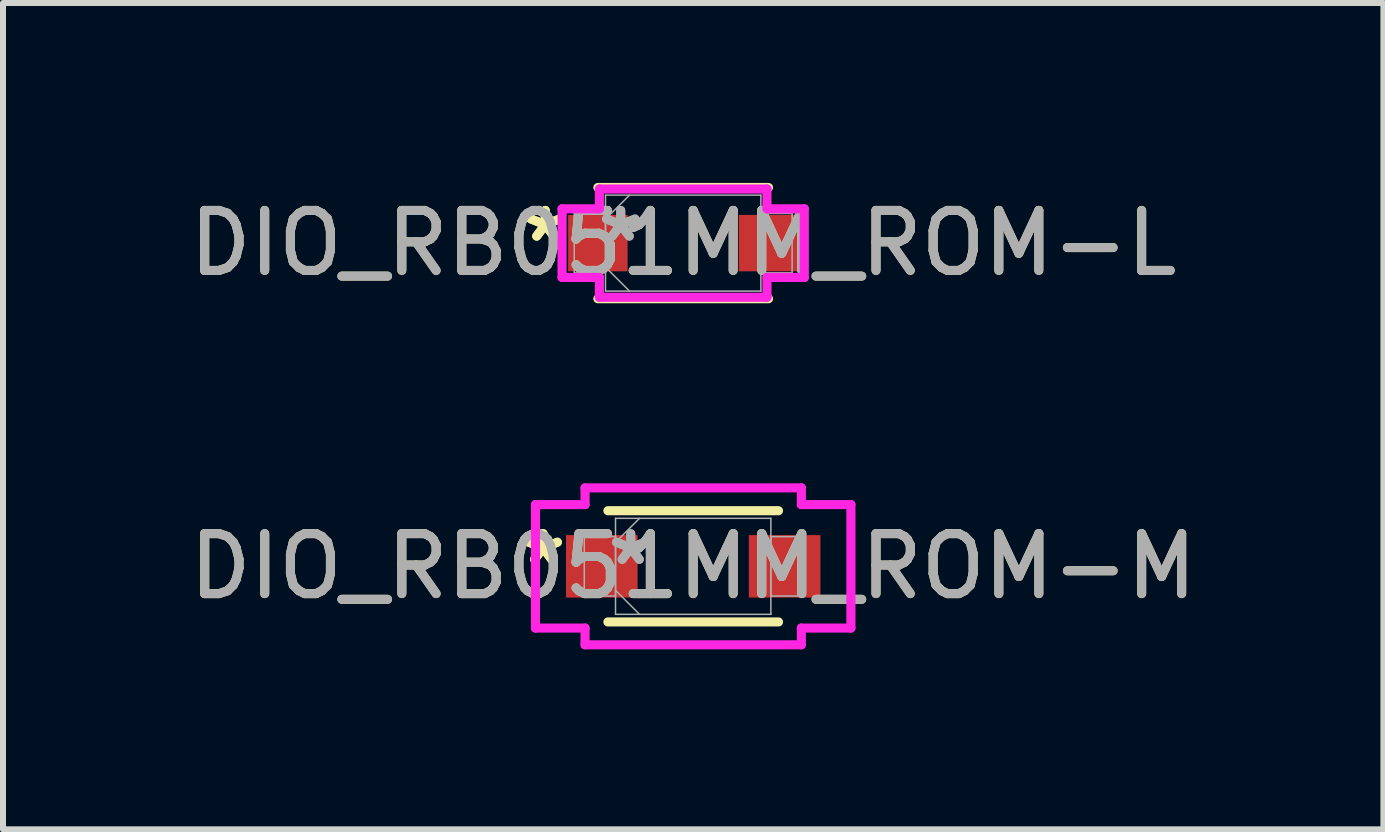
<source format=kicad_pcb>
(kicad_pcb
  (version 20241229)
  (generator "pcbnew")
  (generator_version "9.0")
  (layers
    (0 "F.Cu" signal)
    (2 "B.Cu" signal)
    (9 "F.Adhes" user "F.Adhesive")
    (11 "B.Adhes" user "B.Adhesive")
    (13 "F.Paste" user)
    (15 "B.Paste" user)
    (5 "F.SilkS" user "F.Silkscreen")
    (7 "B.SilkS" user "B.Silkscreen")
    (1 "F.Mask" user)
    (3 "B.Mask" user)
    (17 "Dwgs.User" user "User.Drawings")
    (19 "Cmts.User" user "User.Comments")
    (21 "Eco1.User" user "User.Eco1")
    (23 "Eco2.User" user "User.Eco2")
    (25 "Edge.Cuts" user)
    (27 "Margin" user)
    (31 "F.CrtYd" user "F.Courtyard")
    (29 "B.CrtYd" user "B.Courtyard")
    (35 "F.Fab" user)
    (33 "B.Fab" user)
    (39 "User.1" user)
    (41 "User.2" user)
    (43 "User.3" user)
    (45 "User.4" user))
  (footprint "DIO_RB051MM_ROM-M"
    (layer "F.Cu")
    (at 8.506 6.391)
    (property "Reference" "DIO_RB051MM_ROM-M" (at 0 0 0) (unlocked yes) (layer "F.SilkS") (effects (font (size 1 1) (thickness 0.15))))
    (attr smd)
    (fp_line (start -1.422 0.927) (end 1.422 0.927) (stroke (width 0.152) (type solid)) (layer "F.SilkS"))
    (fp_line (start 1.422 -0.927) (end -1.422 -0.927) (stroke (width 0.152) (type solid)) (layer "F.SilkS"))
    (fp_line (start -2.629 -1.029) (end -1.803 -1.029) (stroke (width 0.152) (type solid)) (layer "F.CrtYd"))
    (fp_line (start -2.629 1.029) (end -2.629 -1.029) (stroke (width 0.152) (type solid)) (layer "F.CrtYd"))
    (fp_line (start -1.803 -1.308) (end 1.803 -1.308) (stroke (width 0.152) (type solid)) (layer "F.CrtYd"))
    (fp_line (start -1.803 -1.029) (end -1.803 -1.308) (stroke (width 0.152) (type solid)) (layer "F.CrtYd"))
    (fp_line (start -1.803 1.029) (end -2.629 1.029) (stroke (width 0.152) (type solid)) (layer "F.CrtYd"))
    (fp_line (start -1.803 1.308) (end -1.803 1.029) (stroke (width 0.152) (type solid)) (layer "F.CrtYd"))
    (fp_line (start 1.803 -1.308) (end 1.803 -1.029) (stroke (width 0.152) (type solid)) (layer "F.CrtYd"))
    (fp_line (start 1.803 -1.029) (end 2.629 -1.029) (stroke (width 0.152) (type solid)) (layer "F.CrtYd"))
    (fp_line (start 1.803 1.029) (end 1.803 1.308) (stroke (width 0.152) (type solid)) (layer "F.CrtYd"))
    (fp_line (start 1.803 1.308) (end -1.803 1.308) (stroke (width 0.152) (type solid)) (layer "F.CrtYd"))
    (fp_line (start 2.629 -1.029) (end 2.629 1.029) (stroke (width 0.152) (type solid)) (layer "F.CrtYd"))
    (fp_line (start 2.629 1.029) (end 1.803 1.029) (stroke (width 0.152) (type solid)) (layer "F.CrtYd"))
    (fp_line (start -1.816 -0.495) (end -1.816 0.495) (stroke (width 0.025) (type solid)) (layer "F.Fab"))
    (fp_line (start -1.816 0.495) (end -1.295 0.495) (stroke (width 0.025) (type solid)) (layer "F.Fab"))
    (fp_line (start -1.295 -0.8) (end -1.295 0.8) (stroke (width 0.025) (type solid)) (layer "F.Fab"))
    (fp_line (start -1.295 -0.495) (end -1.816 -0.495) (stroke (width 0.025) (type solid)) (layer "F.Fab"))
    (fp_line (start -1.295 -0.4) (end -0.895 -0.8) (stroke (width 0.025) (type solid)) (layer "F.Fab"))
    (fp_line (start -1.295 0.4) (end -0.895 0.8) (stroke (width 0.025) (type solid)) (layer "F.Fab"))
    (fp_line (start -1.295 0.495) (end -1.295 -0.495) (stroke (width 0.025) (type solid)) (layer "F.Fab"))
    (fp_line (start -1.295 0.8) (end 1.295 0.8) (stroke (width 0.025) (type solid)) (layer "F.Fab"))
    (fp_line (start 1.295 -0.8) (end -1.295 -0.8) (stroke (width 0.025) (type solid)) (layer "F.Fab"))
    (fp_line (start 1.295 -0.495) (end 1.295 0.495) (stroke (width 0.025) (type solid)) (layer "F.Fab"))
    (fp_line (start 1.295 0.495) (end 1.816 0.495) (stroke (width 0.025) (type solid)) (layer "F.Fab"))
    (fp_line (start 1.295 0.8) (end 1.295 -0.8) (stroke (width 0.025) (type solid)) (layer "F.Fab"))
    (fp_line (start 1.816 -0.495) (end 1.295 -0.495) (stroke (width 0.025) (type solid)) (layer "F.Fab"))
    (fp_line (start 1.816 0.495) (end 1.816 -0.495) (stroke (width 0.025) (type solid)) (layer "F.Fab"))
    (fp_text user "*" (at -2.502 0 0) (unlocked yes) (layer "F.SilkS") (effects (font (size 1 1) (thickness 0.15))))
    (fp_text user "*" (at -2.502 0 0) (layer "F.SilkS") (effects (font (size 1 1) (thickness 0.15))))
    (fp_text user "${REFERENCE}" (at 0 0 0) (unlocked yes) (layer "F.Fab") (effects (font (size 1 1) (thickness 0.15))))
    (fp_text user "*" (at -1.041 0 0) (layer "F.Fab") (effects (font (size 1 1) (thickness 0.15))))
    (fp_text user "*" (at -1.041 0 0) (unlocked yes) (layer "F.Fab") (effects (font (size 1 1) (thickness 0.15))))
    (pad "1" smd rect (at -1.524 0) (size 1.194 1.041) (layers "F.Cu" "F.Mask" "F.Paste"))
    (pad "2" smd rect (at 1.524 0) (size 1.194 1.041) (layers "F.Cu" "F.Mask" "F.Paste"))
    (zone (net_name "") (layer "F.Cu") (hatch full 0.508) (connect_pads) (min_thickness 0.254) (filled_areas_thickness no) (keepout (tracks not_allowed) (vias not_allowed) (pads allowed) (copperpour not_allowed) (footprints allowed)) (placement (enabled no)) (fill) (polygon (pts (xy 7.63 5.642) (xy 9.382 5.642) (xy 9.382 7.14) (xy 7.63 7.14)))))
  (footprint "DIO_RB051MM_ROM-L"
    (layer "F.Cu")
    (at 8.339 1.003)
    (property "Reference" "DIO_RB051MM_ROM-L" (at 0 0 0) (unlocked yes) (layer "F.SilkS") (effects (font (size 1 1) (thickness 0.15))))
    (attr smd)
    (fp_line (start -1.422 0.927) (end 1.422 0.927) (stroke (width 0.152) (type solid)) (layer "F.SilkS"))
    (fp_line (start 1.422 -0.927) (end -1.422 -0.927) (stroke (width 0.152) (type solid)) (layer "F.SilkS"))
    (fp_line (start -2.019 -0.572) (end -1.397 -0.572) (stroke (width 0.152) (type solid)) (layer "F.CrtYd"))
    (fp_line (start -2.019 0.572) (end -2.019 -0.572) (stroke (width 0.152) (type solid)) (layer "F.CrtYd"))
    (fp_line (start -1.397 -0.902) (end 1.397 -0.902) (stroke (width 0.152) (type solid)) (layer "F.CrtYd"))
    (fp_line (start -1.397 -0.572) (end -1.397 -0.902) (stroke (width 0.152) (type solid)) (layer "F.CrtYd"))
    (fp_line (start -1.397 0.572) (end -2.019 0.572) (stroke (width 0.152) (type solid)) (layer "F.CrtYd"))
    (fp_line (start -1.397 0.902) (end -1.397 0.572) (stroke (width 0.152) (type solid)) (layer "F.CrtYd"))
    (fp_line (start 1.397 -0.902) (end 1.397 -0.572) (stroke (width 0.152) (type solid)) (layer "F.CrtYd"))
    (fp_line (start 1.397 -0.572) (end 2.019 -0.572) (stroke (width 0.152) (type solid)) (layer "F.CrtYd"))
    (fp_line (start 1.397 0.572) (end 1.397 0.902) (stroke (width 0.152) (type solid)) (layer "F.CrtYd"))
    (fp_line (start 1.397 0.902) (end -1.397 0.902) (stroke (width 0.152) (type solid)) (layer "F.CrtYd"))
    (fp_line (start 2.019 -0.572) (end 2.019 0.572) (stroke (width 0.152) (type solid)) (layer "F.CrtYd"))
    (fp_line (start 2.019 0.572) (end 1.397 0.572) (stroke (width 0.152) (type solid)) (layer "F.CrtYd"))
    (fp_line (start -1.816 -0.495) (end -1.816 0.495) (stroke (width 0.025) (type solid)) (layer "F.Fab"))
    (fp_line (start -1.816 0.495) (end -1.295 0.495) (stroke (width 0.025) (type solid)) (layer "F.Fab"))
    (fp_line (start -1.295 -0.8) (end -1.295 0.8) (stroke (width 0.025) (type solid)) (layer "F.Fab"))
    (fp_line (start -1.295 -0.495) (end -1.816 -0.495) (stroke (width 0.025) (type solid)) (layer "F.Fab"))
    (fp_line (start -1.295 -0.4) (end -0.895 -0.8) (stroke (width 0.025) (type solid)) (layer "F.Fab"))
    (fp_line (start -1.295 0.4) (end -0.895 0.8) (stroke (width 0.025) (type solid)) (layer "F.Fab"))
    (fp_line (start -1.295 0.495) (end -1.295 -0.495) (stroke (width 0.025) (type solid)) (layer "F.Fab"))
    (fp_line (start -1.295 0.8) (end 1.295 0.8) (stroke (width 0.025) (type solid)) (layer "F.Fab"))
    (fp_line (start 1.295 -0.8) (end -1.295 -0.8) (stroke (width 0.025) (type solid)) (layer "F.Fab"))
    (fp_line (start 1.295 -0.495) (end 1.295 0.495) (stroke (width 0.025) (type solid)) (layer "F.Fab"))
    (fp_line (start 1.295 0.495) (end 1.816 0.495) (stroke (width 0.025) (type solid)) (layer "F.Fab"))
    (fp_line (start 1.295 0.8) (end 1.295 -0.8) (stroke (width 0.025) (type solid)) (layer "F.Fab"))
    (fp_line (start 1.816 -0.495) (end 1.295 -0.495) (stroke (width 0.025) (type solid)) (layer "F.Fab"))
    (fp_line (start 1.816 0.495) (end 1.816 -0.495) (stroke (width 0.025) (type solid)) (layer "F.Fab"))
    (fp_text user "*" (at -2.299 0 0) (layer "F.SilkS") (effects (font (size 1 1) (thickness 0.15))))
    (fp_text user "*" (at -2.299 0 0) (unlocked yes) (layer "F.SilkS") (effects (font (size 1 1) (thickness 0.15))))
    (fp_text user "*" (at -1.041 0 0) (unlocked yes) (layer "F.Fab") (effects (font (size 1 1) (thickness 0.15))))
    (fp_text user "*" (at -1.041 0 0) (layer "F.Fab") (effects (font (size 1 1) (thickness 0.15))))
    (fp_text user "${REFERENCE}" (at 0 0 0) (unlocked yes) (layer "F.Fab") (effects (font (size 1 1) (thickness 0.15))))
    (pad "1" smd rect (at -1.422 0) (size 0.991 0.94) (layers "F.Cu" "F.Mask" "F.Paste"))
    (pad "2" smd rect (at 1.422 0) (size 0.991 0.94) (layers "F.Cu" "F.Mask" "F.Paste"))
    (zone (net_name "") (layer "F.Cu") (hatch full 0.508) (connect_pads) (min_thickness 0.254) (filled_areas_thickness no) (keepout (tracks not_allowed) (vias not_allowed) (pads allowed) (copperpour not_allowed) (footprints allowed)) (placement (enabled no)) (fill) (polygon (pts (xy 7.463 0.254) (xy 9.216 0.254) (xy 9.216 1.753) (xy 7.463 1.753)))))
  (gr_rect
    (start -3 -3)
    (end 20.012 10.775)
    (stroke (width 0.1) (type default))
    (fill no)
    (layer "Edge.Cuts")))
</source>
